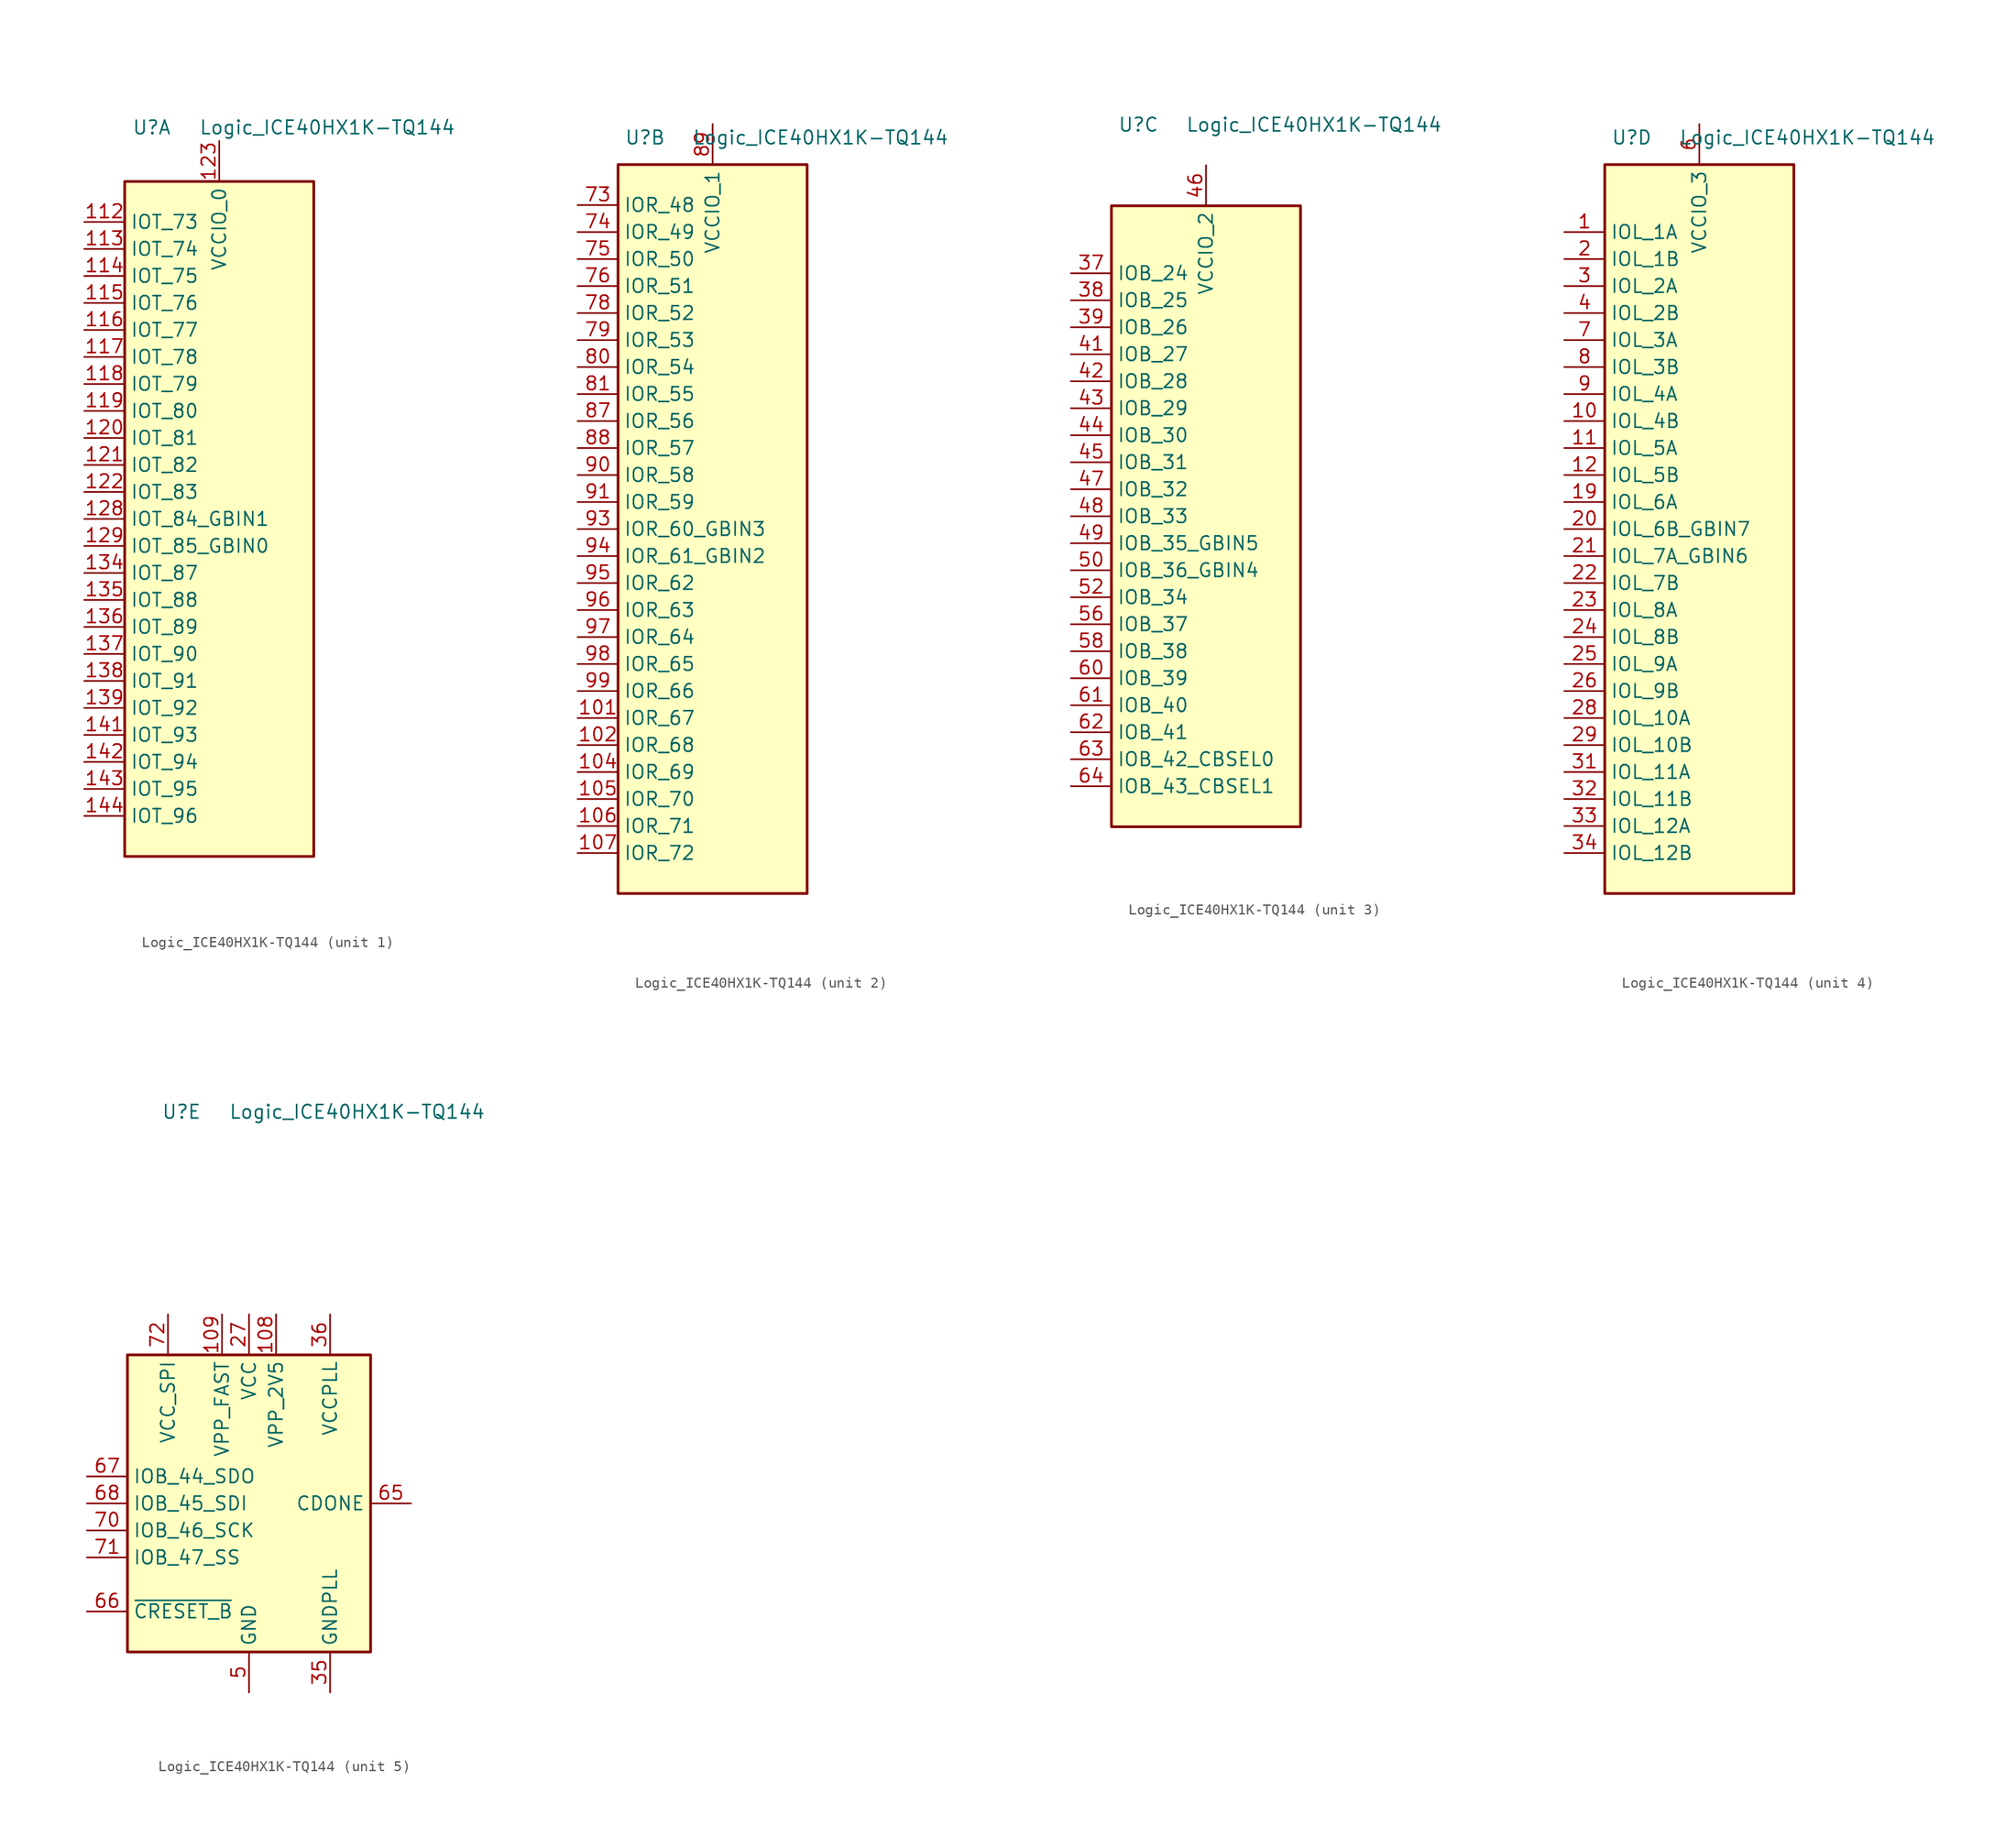
<source format=kicad_sym>
(kicad_symbol_lib
  (version 20231120)
  (generator "kicad_symbol_editor")
  (generator_version "8.0")
  (symbol "Logic_ICE40HX1K-TQ144"
    (property "Reference" "U"
      (at -6.35 36.83 0)
      (effects (font (size 1.27 1.27))))
    (property "Value" "Logic_ICE40HX1K-TQ144"
      (at 10.16 36.83 0)
      (effects (font (size 1.27 1.27))))
    (property "ki_locked" ""
      (at 0 0 0)
      (effects (font (size 1.27 1.27))))
    (symbol "Logic_ICE40HX1K-TQ144_1_1"
      (rectangle (start -8.89 31.75) (end 8.89 -31.75) (stroke (width 0.254) (type default)) (fill (type background)))
      (pin bidirectional line (at -12.7 27.94 0) (length 3.81) (name "IOT_73" (effects (font (size 1.27 1.27)))) (number "112" (effects (font (size 1.27 1.27)))))
      (pin bidirectional line (at -12.7 25.4 0) (length 3.81) (name "IOT_74" (effects (font (size 1.27 1.27)))) (number "113" (effects (font (size 1.27 1.27)))))
      (pin bidirectional line (at -12.7 22.86 0) (length 3.81) (name "IOT_75" (effects (font (size 1.27 1.27)))) (number "114" (effects (font (size 1.27 1.27)))))
      (pin bidirectional line (at -12.7 20.32 0) (length 3.81) (name "IOT_76" (effects (font (size 1.27 1.27)))) (number "115" (effects (font (size 1.27 1.27)))))
      (pin bidirectional line (at -12.7 17.78 0) (length 3.81) (name "IOT_77" (effects (font (size 1.27 1.27)))) (number "116" (effects (font (size 1.27 1.27)))))
      (pin bidirectional line (at -12.7 15.24 0) (length 3.81) (name "IOT_78" (effects (font (size 1.27 1.27)))) (number "117" (effects (font (size 1.27 1.27)))))
      (pin bidirectional line (at -12.7 12.7 0) (length 3.81) (name "IOT_79" (effects (font (size 1.27 1.27)))) (number "118" (effects (font (size 1.27 1.27)))))
      (pin bidirectional line (at -12.7 10.16 0) (length 3.81) (name "IOT_80" (effects (font (size 1.27 1.27)))) (number "119" (effects (font (size 1.27 1.27)))))
      (pin bidirectional line (at -12.7 7.62 0) (length 3.81) (name "IOT_81" (effects (font (size 1.27 1.27)))) (number "120" (effects (font (size 1.27 1.27)))))
      (pin bidirectional line (at -12.7 5.08 0) (length 3.81) (name "IOT_82" (effects (font (size 1.27 1.27)))) (number "121" (effects (font (size 1.27 1.27)))))
      (pin bidirectional line (at -12.7 2.54 0) (length 3.81) (name "IOT_83" (effects (font (size 1.27 1.27)))) (number "122" (effects (font (size 1.27 1.27)))))
      (pin power_in line (at 0 35.56 270) (length 3.81) (name "VCCIO_0" (effects (font (size 1.27 1.27)))) (number "123" (effects (font (size 1.27 1.27)))))
      (pin bidirectional line (at -12.7 0 0) (length 3.81) (name "IOT_84_GBIN1" (effects (font (size 1.27 1.27)))) (number "128" (effects (font (size 1.27 1.27)))))
      (pin bidirectional line (at -12.7 -2.54 0) (length 3.81) (name "IOT_85_GBIN0" (effects (font (size 1.27 1.27)))) (number "129" (effects (font (size 1.27 1.27)))))
      (pin passive line (at 0 35.56 270) (length 3.81) hide (name "VCCIO_0" (effects (font (size 1.27 1.27)))) (number "133" (effects (font (size 1.27 1.27)))))
      (pin bidirectional line (at -12.7 -5.08 0) (length 3.81) (name "IOT_87" (effects (font (size 1.27 1.27)))) (number "134" (effects (font (size 1.27 1.27)))))
      (pin bidirectional line (at -12.7 -7.62 0) (length 3.81) (name "IOT_88" (effects (font (size 1.27 1.27)))) (number "135" (effects (font (size 1.27 1.27)))))
      (pin bidirectional line (at -12.7 -10.16 0) (length 3.81) (name "IOT_89" (effects (font (size 1.27 1.27)))) (number "136" (effects (font (size 1.27 1.27)))))
      (pin bidirectional line (at -12.7 -12.7 0) (length 3.81) (name "IOT_90" (effects (font (size 1.27 1.27)))) (number "137" (effects (font (size 1.27 1.27)))))
      (pin bidirectional line (at -12.7 -15.24 0) (length 3.81) (name "IOT_91" (effects (font (size 1.27 1.27)))) (number "138" (effects (font (size 1.27 1.27)))))
      (pin bidirectional line (at -12.7 -17.78 0) (length 3.81) (name "IOT_92" (effects (font (size 1.27 1.27)))) (number "139" (effects (font (size 1.27 1.27)))))
      (pin bidirectional line (at -12.7 -20.32 0) (length 3.81) (name "IOT_93" (effects (font (size 1.27 1.27)))) (number "141" (effects (font (size 1.27 1.27)))))
      (pin bidirectional line (at -12.7 -22.86 0) (length 3.81) (name "IOT_94" (effects (font (size 1.27 1.27)))) (number "142" (effects (font (size 1.27 1.27)))))
      (pin bidirectional line (at -12.7 -25.4 0) (length 3.81) (name "IOT_95" (effects (font (size 1.27 1.27)))) (number "143" (effects (font (size 1.27 1.27)))))
      (pin bidirectional line (at -12.7 -27.94 0) (length 3.81) (name "IOT_96" (effects (font (size 1.27 1.27)))) (number "144" (effects (font (size 1.27 1.27)))))
      (pin no_connect line (at 7.62 10.16 180) (length 3.81) hide (name "NC" (effects (font (size 1.27 1.27)))) (number "15" (effects (font (size 1.27 1.27)))))
      (pin no_connect line (at 7.62 7.62 180) (length 3.81) hide (name "NC" (effects (font (size 1.27 1.27)))) (number "16" (effects (font (size 1.27 1.27)))))
      (pin no_connect line (at 7.62 5.08 180) (length 3.81) hide (name "NC" (effects (font (size 1.27 1.27)))) (number "17" (effects (font (size 1.27 1.27)))))
      (pin no_connect line (at 7.62 -7.62 180) (length 3.81) hide (name "NC" (effects (font (size 1.27 1.27)))) (number "18" (effects (font (size 1.27 1.27)))))
      (pin no_connect line (at 7.62 -10.16 180) (length 3.81) hide (name "NC" (effects (font (size 1.27 1.27)))) (number "77" (effects (font (size 1.27 1.27))))))
    (symbol "Logic_ICE40HX1K-TQ144_2_1"
      (rectangle (start -8.89 34.29) (end 8.89 -34.29) (stroke (width 0.254) (type default)) (fill (type background)))
      (pin passive line (at 0 38.1 270) (length 3.81) hide (name "VCCIO_1" (effects (font (size 1.27 1.27)))) (number "100" (effects (font (size 1.27 1.27)))))
      (pin bidirectional line (at -12.7 -17.78 0) (length 3.81) (name "IOR_67" (effects (font (size 1.27 1.27)))) (number "101" (effects (font (size 1.27 1.27)))))
      (pin bidirectional line (at -12.7 -20.32 0) (length 3.81) (name "IOR_68" (effects (font (size 1.27 1.27)))) (number "102" (effects (font (size 1.27 1.27)))))
      (pin bidirectional line (at -12.7 -22.86 0) (length 3.81) (name "IOR_69" (effects (font (size 1.27 1.27)))) (number "104" (effects (font (size 1.27 1.27)))))
      (pin bidirectional line (at -12.7 -25.4 0) (length 3.81) (name "IOR_70" (effects (font (size 1.27 1.27)))) (number "105" (effects (font (size 1.27 1.27)))))
      (pin bidirectional line (at -12.7 -27.94 0) (length 3.81) (name "IOR_71" (effects (font (size 1.27 1.27)))) (number "106" (effects (font (size 1.27 1.27)))))
      (pin bidirectional line (at -12.7 -30.48 0) (length 3.81) (name "IOR_72" (effects (font (size 1.27 1.27)))) (number "107" (effects (font (size 1.27 1.27)))))
      (pin no_connect line (at 7.62 10.16 180) (length 3.81) hide (name "NC" (effects (font (size 1.27 1.27)))) (number "40" (effects (font (size 1.27 1.27)))))
      (pin no_connect line (at 7.62 7.62 180) (length 3.81) hide (name "NC" (effects (font (size 1.27 1.27)))) (number "53" (effects (font (size 1.27 1.27)))))
      (pin no_connect line (at 7.62 5.08 180) (length 3.81) hide (name "NC" (effects (font (size 1.27 1.27)))) (number "54" (effects (font (size 1.27 1.27)))))
      (pin no_connect line (at 7.62 -7.62 180) (length 3.81) hide (name "NC" (effects (font (size 1.27 1.27)))) (number "55" (effects (font (size 1.27 1.27)))))
      (pin bidirectional line (at -12.7 30.48 0) (length 3.81) (name "IOR_48" (effects (font (size 1.27 1.27)))) (number "73" (effects (font (size 1.27 1.27)))))
      (pin bidirectional line (at -12.7 27.94 0) (length 3.81) (name "IOR_49" (effects (font (size 1.27 1.27)))) (number "74" (effects (font (size 1.27 1.27)))))
      (pin bidirectional line (at -12.7 25.4 0) (length 3.81) (name "IOR_50" (effects (font (size 1.27 1.27)))) (number "75" (effects (font (size 1.27 1.27)))))
      (pin bidirectional line (at -12.7 22.86 0) (length 3.81) (name "IOR_51" (effects (font (size 1.27 1.27)))) (number "76" (effects (font (size 1.27 1.27)))))
      (pin bidirectional line (at -12.7 20.32 0) (length 3.81) (name "IOR_52" (effects (font (size 1.27 1.27)))) (number "78" (effects (font (size 1.27 1.27)))))
      (pin bidirectional line (at -12.7 17.78 0) (length 3.81) (name "IOR_53" (effects (font (size 1.27 1.27)))) (number "79" (effects (font (size 1.27 1.27)))))
      (pin bidirectional line (at -12.7 15.24 0) (length 3.81) (name "IOR_54" (effects (font (size 1.27 1.27)))) (number "80" (effects (font (size 1.27 1.27)))))
      (pin bidirectional line (at -12.7 12.7 0) (length 3.81) (name "IOR_55" (effects (font (size 1.27 1.27)))) (number "81" (effects (font (size 1.27 1.27)))))
      (pin no_connect line (at 7.62 -10.16 180) (length 3.81) hide (name "NC" (effects (font (size 1.27 1.27)))) (number "82" (effects (font (size 1.27 1.27)))))
      (pin bidirectional line (at -12.7 10.16 0) (length 3.81) (name "IOR_56" (effects (font (size 1.27 1.27)))) (number "87" (effects (font (size 1.27 1.27)))))
      (pin bidirectional line (at -12.7 7.62 0) (length 3.81) (name "IOR_57" (effects (font (size 1.27 1.27)))) (number "88" (effects (font (size 1.27 1.27)))))
      (pin power_in line (at 0 38.1 270) (length 3.81) (name "VCCIO_1" (effects (font (size 1.27 1.27)))) (number "89" (effects (font (size 1.27 1.27)))))
      (pin bidirectional line (at -12.7 5.08 0) (length 3.81) (name "IOR_58" (effects (font (size 1.27 1.27)))) (number "90" (effects (font (size 1.27 1.27)))))
      (pin bidirectional line (at -12.7 2.54 0) (length 3.81) (name "IOR_59" (effects (font (size 1.27 1.27)))) (number "91" (effects (font (size 1.27 1.27)))))
      (pin bidirectional line (at -12.7 0 0) (length 3.81) (name "IOR_60_GBIN3" (effects (font (size 1.27 1.27)))) (number "93" (effects (font (size 1.27 1.27)))))
      (pin bidirectional line (at -12.7 -2.54 0) (length 3.81) (name "IOR_61_GBIN2" (effects (font (size 1.27 1.27)))) (number "94" (effects (font (size 1.27 1.27)))))
      (pin bidirectional line (at -12.7 -5.08 0) (length 3.81) (name "IOR_62" (effects (font (size 1.27 1.27)))) (number "95" (effects (font (size 1.27 1.27)))))
      (pin bidirectional line (at -12.7 -7.62 0) (length 3.81) (name "IOR_63" (effects (font (size 1.27 1.27)))) (number "96" (effects (font (size 1.27 1.27)))))
      (pin bidirectional line (at -12.7 -10.16 0) (length 3.81) (name "IOR_64" (effects (font (size 1.27 1.27)))) (number "97" (effects (font (size 1.27 1.27)))))
      (pin bidirectional line (at -12.7 -12.7 0) (length 3.81) (name "IOR_65" (effects (font (size 1.27 1.27)))) (number "98" (effects (font (size 1.27 1.27)))))
      (pin bidirectional line (at -12.7 -15.24 0) (length 3.81) (name "IOR_66" (effects (font (size 1.27 1.27)))) (number "99" (effects (font (size 1.27 1.27))))))
    (symbol "Logic_ICE40HX1K-TQ144_3_1"
      (rectangle (start -8.89 29.21) (end 8.89 -29.21) (stroke (width 0.254) (type default)) (fill (type background)))
      (pin no_connect line (at 7.62 -10.16 180) (length 3.81) hide (name "NC" (effects (font (size 1.27 1.27)))) (number "110" (effects (font (size 1.27 1.27)))))
      (pin no_connect line (at 7.62 -17.78 180) (length 3.81) hide (name "NC" (effects (font (size 1.27 1.27)))) (number "124" (effects (font (size 1.27 1.27)))))
      (pin bidirectional line (at -12.7 22.86 0) (length 3.81) (name "IOB_24" (effects (font (size 1.27 1.27)))) (number "37" (effects (font (size 1.27 1.27)))))
      (pin bidirectional line (at -12.7 20.32 0) (length 3.81) (name "IOB_25" (effects (font (size 1.27 1.27)))) (number "38" (effects (font (size 1.27 1.27)))))
      (pin bidirectional line (at -12.7 17.78 0) (length 3.81) (name "IOB_26" (effects (font (size 1.27 1.27)))) (number "39" (effects (font (size 1.27 1.27)))))
      (pin bidirectional line (at -12.7 15.24 0) (length 3.81) (name "IOB_27" (effects (font (size 1.27 1.27)))) (number "41" (effects (font (size 1.27 1.27)))))
      (pin bidirectional line (at -12.7 12.7 0) (length 3.81) (name "IOB_28" (effects (font (size 1.27 1.27)))) (number "42" (effects (font (size 1.27 1.27)))))
      (pin bidirectional line (at -12.7 10.16 0) (length 3.81) (name "IOB_29" (effects (font (size 1.27 1.27)))) (number "43" (effects (font (size 1.27 1.27)))))
      (pin bidirectional line (at -12.7 7.62 0) (length 3.81) (name "IOB_30" (effects (font (size 1.27 1.27)))) (number "44" (effects (font (size 1.27 1.27)))))
      (pin bidirectional line (at -12.7 5.08 0) (length 3.81) (name "IOB_31" (effects (font (size 1.27 1.27)))) (number "45" (effects (font (size 1.27 1.27)))))
      (pin power_in line (at 0 33.02 270) (length 3.81) (name "VCCIO_2" (effects (font (size 1.27 1.27)))) (number "46" (effects (font (size 1.27 1.27)))))
      (pin bidirectional line (at -12.7 2.54 0) (length 3.81) (name "IOB_32" (effects (font (size 1.27 1.27)))) (number "47" (effects (font (size 1.27 1.27)))))
      (pin bidirectional line (at -12.7 0 0) (length 3.81) (name "IOB_33" (effects (font (size 1.27 1.27)))) (number "48" (effects (font (size 1.27 1.27)))))
      (pin bidirectional line (at -12.7 -2.54 0) (length 3.81) (name "IOB_35_GBIN5" (effects (font (size 1.27 1.27)))) (number "49" (effects (font (size 1.27 1.27)))))
      (pin bidirectional line (at -12.7 -5.08 0) (length 3.81) (name "IOB_36_GBIN4" (effects (font (size 1.27 1.27)))) (number "50" (effects (font (size 1.27 1.27)))))
      (pin bidirectional line (at -12.7 -7.62 0) (length 3.81) (name "IOB_34" (effects (font (size 1.27 1.27)))) (number "52" (effects (font (size 1.27 1.27)))))
      (pin bidirectional line (at -12.7 -10.16 0) (length 3.81) (name "IOB_37" (effects (font (size 1.27 1.27)))) (number "56" (effects (font (size 1.27 1.27)))))
      (pin passive line (at 0 33.02 270) (length 3.81) hide (name "VCCIO_2" (effects (font (size 1.27 1.27)))) (number "57" (effects (font (size 1.27 1.27)))))
      (pin bidirectional line (at -12.7 -12.7 0) (length 3.81) (name "IOB_38" (effects (font (size 1.27 1.27)))) (number "58" (effects (font (size 1.27 1.27)))))
      (pin bidirectional line (at -12.7 -15.24 0) (length 3.81) (name "IOB_39" (effects (font (size 1.27 1.27)))) (number "60" (effects (font (size 1.27 1.27)))))
      (pin bidirectional line (at -12.7 -17.78 0) (length 3.81) (name "IOB_40" (effects (font (size 1.27 1.27)))) (number "61" (effects (font (size 1.27 1.27)))))
      (pin bidirectional line (at -12.7 -20.32 0) (length 3.81) (name "IOB_41" (effects (font (size 1.27 1.27)))) (number "62" (effects (font (size 1.27 1.27)))))
      (pin bidirectional line (at -12.7 -22.86 0) (length 3.81) (name "IOB_42_CBSEL0" (effects (font (size 1.27 1.27)))) (number "63" (effects (font (size 1.27 1.27)))))
      (pin bidirectional line (at -12.7 -25.4 0) (length 3.81) (name "IOB_43_CBSEL1" (effects (font (size 1.27 1.27)))) (number "64" (effects (font (size 1.27 1.27)))))
      (pin no_connect line (at 7.62 10.16 180) (length 3.81) hide (name "NC" (effects (font (size 1.27 1.27)))) (number "83" (effects (font (size 1.27 1.27)))))
      (pin no_connect line (at 7.62 7.62 180) (length 3.81) hide (name "NC" (effects (font (size 1.27 1.27)))) (number "84" (effects (font (size 1.27 1.27)))))
      (pin no_connect line (at 7.62 -12.7 180) (length 3.81) hide (name "NC" (effects (font (size 1.27 1.27)))) (number "85" (effects (font (size 1.27 1.27))))))
    (symbol "Logic_ICE40HX1K-TQ144_4_1"
      (rectangle (start -8.89 34.29) (end 8.89 -34.29) (stroke (width 0.254) (type default)) (fill (type background)))
      (pin bidirectional line (at -12.7 27.94 0) (length 3.81) (name "IOL_1A" (effects (font (size 1.27 1.27)))) (number "1" (effects (font (size 1.27 1.27)))))
      (pin bidirectional line (at -12.7 10.16 0) (length 3.81) (name "IOL_4B" (effects (font (size 1.27 1.27)))) (number "10" (effects (font (size 1.27 1.27)))))
      (pin bidirectional line (at -12.7 7.62 0) (length 3.81) (name "IOL_5A" (effects (font (size 1.27 1.27)))) (number "11" (effects (font (size 1.27 1.27)))))
      (pin bidirectional line (at -12.7 5.08 0) (length 3.81) (name "IOL_5B" (effects (font (size 1.27 1.27)))) (number "12" (effects (font (size 1.27 1.27)))))
      (pin no_connect line (at 7.62 10.16 180) (length 3.81) hide (name "NC" (effects (font (size 1.27 1.27)))) (number "125" (effects (font (size 1.27 1.27)))))
      (pin no_connect line (at 7.62 7.62 180) (length 3.81) hide (name "NC" (effects (font (size 1.27 1.27)))) (number "126" (effects (font (size 1.27 1.27)))))
      (pin no_connect line (at 7.62 5.08 180) (length 3.81) hide (name "NC" (effects (font (size 1.27 1.27)))) (number "127" (effects (font (size 1.27 1.27)))))
      (pin no_connect line (at 7.62 -7.62 180) (length 3.81) hide (name "NC" (effects (font (size 1.27 1.27)))) (number "130" (effects (font (size 1.27 1.27)))))
      (pin no_connect line (at 7.62 -10.16 180) (length 3.81) hide (name "NC" (effects (font (size 1.27 1.27)))) (number "131" (effects (font (size 1.27 1.27)))))
      (pin bidirectional line (at -12.7 2.54 0) (length 3.81) (name "IOL_6A" (effects (font (size 1.27 1.27)))) (number "19" (effects (font (size 1.27 1.27)))))
      (pin bidirectional line (at -12.7 25.4 0) (length 3.81) (name "IOL_1B" (effects (font (size 1.27 1.27)))) (number "2" (effects (font (size 1.27 1.27)))))
      (pin bidirectional line (at -12.7 0 0) (length 3.81) (name "IOL_6B_GBIN7" (effects (font (size 1.27 1.27)))) (number "20" (effects (font (size 1.27 1.27)))))
      (pin bidirectional line (at -12.7 -2.54 0) (length 3.81) (name "IOL_7A_GBIN6" (effects (font (size 1.27 1.27)))) (number "21" (effects (font (size 1.27 1.27)))))
      (pin bidirectional line (at -12.7 -5.08 0) (length 3.81) (name "IOL_7B" (effects (font (size 1.27 1.27)))) (number "22" (effects (font (size 1.27 1.27)))))
      (pin bidirectional line (at -12.7 -7.62 0) (length 3.81) (name "IOL_8A" (effects (font (size 1.27 1.27)))) (number "23" (effects (font (size 1.27 1.27)))))
      (pin bidirectional line (at -12.7 -10.16 0) (length 3.81) (name "IOL_8B" (effects (font (size 1.27 1.27)))) (number "24" (effects (font (size 1.27 1.27)))))
      (pin bidirectional line (at -12.7 -12.7 0) (length 3.81) (name "IOL_9A" (effects (font (size 1.27 1.27)))) (number "25" (effects (font (size 1.27 1.27)))))
      (pin bidirectional line (at -12.7 -15.24 0) (length 3.81) (name "IOL_9B" (effects (font (size 1.27 1.27)))) (number "26" (effects (font (size 1.27 1.27)))))
      (pin bidirectional line (at -12.7 -17.78 0) (length 3.81) (name "IOL_10A" (effects (font (size 1.27 1.27)))) (number "28" (effects (font (size 1.27 1.27)))))
      (pin bidirectional line (at -12.7 -20.32 0) (length 3.81) (name "IOL_10B" (effects (font (size 1.27 1.27)))) (number "29" (effects (font (size 1.27 1.27)))))
      (pin bidirectional line (at -12.7 22.86 0) (length 3.81) (name "IOL_2A" (effects (font (size 1.27 1.27)))) (number "3" (effects (font (size 1.27 1.27)))))
      (pin passive line (at 0 38.1 270) (length 3.81) hide (name "VCCIO_3" (effects (font (size 1.27 1.27)))) (number "30" (effects (font (size 1.27 1.27)))))
      (pin bidirectional line (at -12.7 -22.86 0) (length 3.81) (name "IOL_11A" (effects (font (size 1.27 1.27)))) (number "31" (effects (font (size 1.27 1.27)))))
      (pin bidirectional line (at -12.7 -25.4 0) (length 3.81) (name "IOL_11B" (effects (font (size 1.27 1.27)))) (number "32" (effects (font (size 1.27 1.27)))))
      (pin bidirectional line (at -12.7 -27.94 0) (length 3.81) (name "IOL_12A" (effects (font (size 1.27 1.27)))) (number "33" (effects (font (size 1.27 1.27)))))
      (pin bidirectional line (at -12.7 -30.48 0) (length 3.81) (name "IOL_12B" (effects (font (size 1.27 1.27)))) (number "34" (effects (font (size 1.27 1.27)))))
      (pin bidirectional line (at -12.7 20.32 0) (length 3.81) (name "IOL_2B" (effects (font (size 1.27 1.27)))) (number "4" (effects (font (size 1.27 1.27)))))
      (pin power_in line (at 0 38.1 270) (length 3.81) (name "VCCIO_3" (effects (font (size 1.27 1.27)))) (number "6" (effects (font (size 1.27 1.27)))))
      (pin bidirectional line (at -12.7 17.78 0) (length 3.81) (name "IOL_3A" (effects (font (size 1.27 1.27)))) (number "7" (effects (font (size 1.27 1.27)))))
      (pin bidirectional line (at -12.7 15.24 0) (length 3.81) (name "IOL_3B" (effects (font (size 1.27 1.27)))) (number "8" (effects (font (size 1.27 1.27)))))
      (pin bidirectional line (at -12.7 12.7 0) (length 3.81) (name "IOL_4A" (effects (font (size 1.27 1.27)))) (number "9" (effects (font (size 1.27 1.27))))))
    (symbol "Logic_ICE40HX1K-TQ144_5_1"
      (rectangle (start -11.43 13.97) (end 11.43 -13.97) (stroke (width 0.254) (type default)) (fill (type background)))
      (pin passive line (at 0 -17.78 90) (length 3.81) hide (name "GND" (effects (font (size 1.27 1.27)))) (number "103" (effects (font (size 1.27 1.27)))))
      (pin power_in line (at 2.54 17.78 270) (length 3.81) (name "VPP_2V5" (effects (font (size 1.27 1.27)))) (number "108" (effects (font (size 1.27 1.27)))))
      (pin power_in line (at -2.54 17.78 270) (length 3.81) (name "VPP_FAST" (effects (font (size 1.27 1.27)))) (number "109" (effects (font (size 1.27 1.27)))))
      (pin passive line (at 0 17.78 270) (length 3.81) hide (name "VCC" (effects (font (size 1.27 1.27)))) (number "111" (effects (font (size 1.27 1.27)))))
      (pin passive line (at 0 -17.78 90) (length 3.81) hide (name "GND" (effects (font (size 1.27 1.27)))) (number "13" (effects (font (size 1.27 1.27)))))
      (pin passive line (at 0 -17.78 90) (length 3.81) hide (name "GND" (effects (font (size 1.27 1.27)))) (number "132" (effects (font (size 1.27 1.27)))))
      (pin passive line (at 0 -17.78 90) (length 3.81) hide (name "GND" (effects (font (size 1.27 1.27)))) (number "14" (effects (font (size 1.27 1.27)))))
      (pin passive line (at 0 -17.78 90) (length 3.81) hide (name "GND" (effects (font (size 1.27 1.27)))) (number "140" (effects (font (size 1.27 1.27)))))
      (pin power_in line (at 0 17.78 270) (length 3.81) (name "VCC" (effects (font (size 1.27 1.27)))) (number "27" (effects (font (size 1.27 1.27)))))
      (pin power_in line (at 7.62 -17.78 90) (length 3.81) (name "GNDPLL" (effects (font (size 1.27 1.27)))) (number "35" (effects (font (size 1.27 1.27)))))
      (pin power_in line (at 7.62 17.78 270) (length 3.81) (name "VCCPLL" (effects (font (size 1.27 1.27)))) (number "36" (effects (font (size 1.27 1.27)))))
      (pin power_in line (at 0 -17.78 90) (length 3.81) (name "GND" (effects (font (size 1.27 1.27)))) (number "5" (effects (font (size 1.27 1.27)))))
      (pin passive line (at 0 17.78 270) (length 3.81) hide (name "VCC" (effects (font (size 1.27 1.27)))) (number "51" (effects (font (size 1.27 1.27)))))
      (pin passive line (at 0 -17.78 90) (length 3.81) hide (name "GND" (effects (font (size 1.27 1.27)))) (number "59" (effects (font (size 1.27 1.27)))))
      (pin open_collector line (at 15.24 0 180) (length 3.81) (name "CDONE" (effects (font (size 1.27 1.27)))) (number "65" (effects (font (size 1.27 1.27)))))
      (pin input line (at -15.24 -10.16 0) (length 3.81) (name "~{CRESET_B}" (effects (font (size 1.27 1.27)))) (number "66" (effects (font (size 1.27 1.27)))))
      (pin bidirectional line (at -15.24 2.54 0) (length 3.81) (name "IOB_44_SDO" (effects (font (size 1.27 1.27)))) (number "67" (effects (font (size 1.27 1.27)))))
      (pin bidirectional line (at -15.24 0 0) (length 3.81) (name "IOB_45_SDI" (effects (font (size 1.27 1.27)))) (number "68" (effects (font (size 1.27 1.27)))))
      (pin passive line (at 0 -17.78 90) (length 3.81) hide (name "GND" (effects (font (size 1.27 1.27)))) (number "69" (effects (font (size 1.27 1.27)))))
      (pin bidirectional line (at -15.24 -2.54 0) (length 3.81) (name "IOB_46_SCK" (effects (font (size 1.27 1.27)))) (number "70" (effects (font (size 1.27 1.27)))))
      (pin bidirectional line (at -15.24 -5.08 0) (length 3.81) (name "IOB_47_SS" (effects (font (size 1.27 1.27)))) (number "71" (effects (font (size 1.27 1.27)))))
      (pin power_in line (at -7.62 17.78 270) (length 3.81) (name "VCC_SPI" (effects (font (size 1.27 1.27)))) (number "72" (effects (font (size 1.27 1.27)))))
      (pin passive line (at 0 -17.78 90) (length 3.81) hide (name "GND" (effects (font (size 1.27 1.27)))) (number "86" (effects (font (size 1.27 1.27)))))
      (pin passive line (at 0 17.78 270) (length 3.81) hide (name "VCC" (effects (font (size 1.27 1.27)))) (number "92" (effects (font (size 1.27 1.27))))))))
</source>
